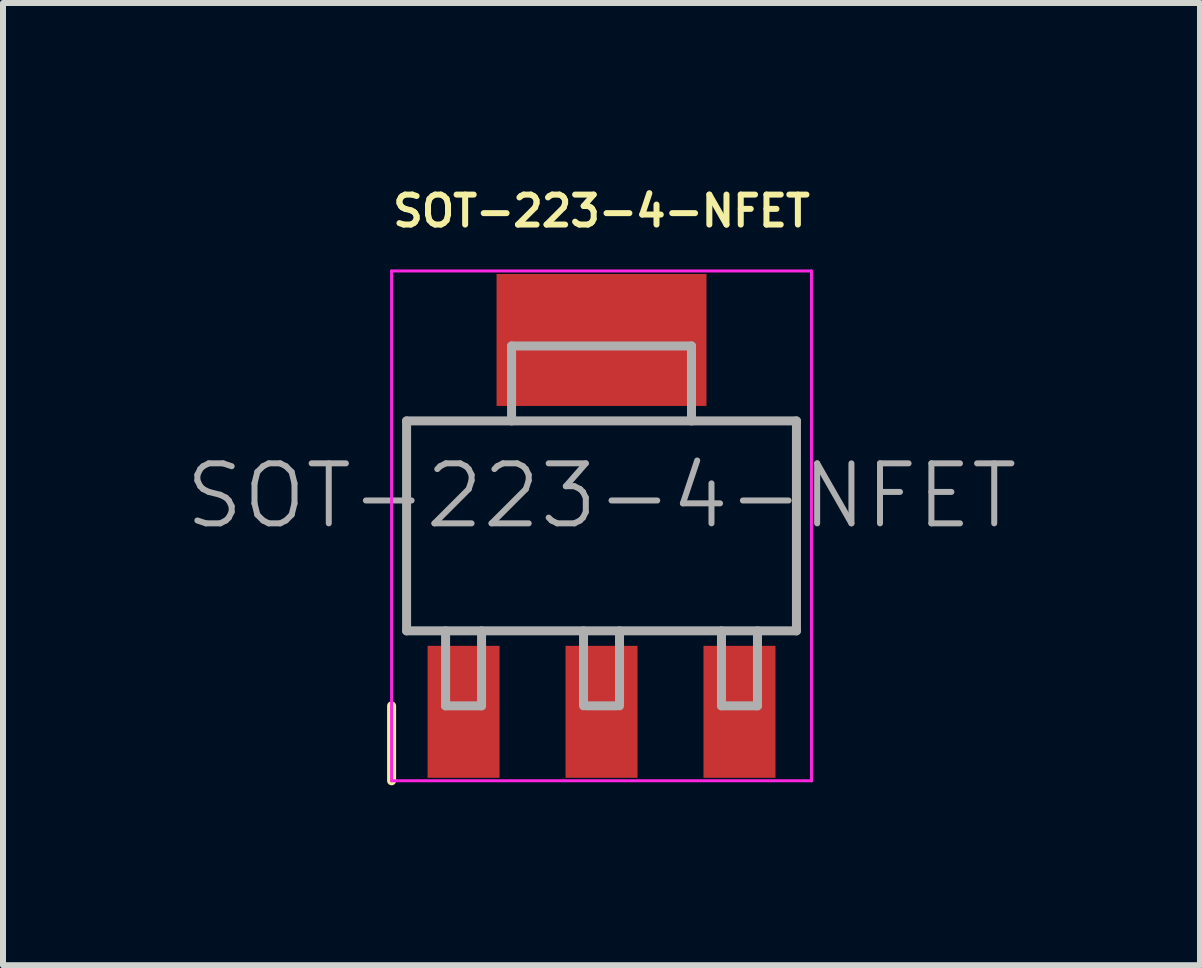
<source format=kicad_pcb>
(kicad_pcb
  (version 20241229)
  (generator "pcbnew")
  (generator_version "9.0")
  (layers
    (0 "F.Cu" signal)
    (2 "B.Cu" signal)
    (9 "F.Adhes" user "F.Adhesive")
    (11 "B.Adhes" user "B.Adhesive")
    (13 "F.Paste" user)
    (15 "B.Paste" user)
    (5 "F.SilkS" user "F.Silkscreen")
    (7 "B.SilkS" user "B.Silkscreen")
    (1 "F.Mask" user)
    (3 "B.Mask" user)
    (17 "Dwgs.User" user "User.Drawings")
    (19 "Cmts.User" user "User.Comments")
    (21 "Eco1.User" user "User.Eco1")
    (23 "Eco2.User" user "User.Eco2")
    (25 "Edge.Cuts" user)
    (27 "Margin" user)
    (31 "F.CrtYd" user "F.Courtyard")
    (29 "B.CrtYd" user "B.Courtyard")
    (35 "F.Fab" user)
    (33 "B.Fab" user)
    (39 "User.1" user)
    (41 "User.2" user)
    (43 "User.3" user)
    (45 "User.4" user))
  (footprint "SOT-223-4-NFET"
    (layer "F.Cu")
    (at 6.979 5.718)
    (property "Reference" "SOT-223-4-NFET" (at 0 -5.25 0) (layer "F.SilkS") (effects (font (size 0.5 0.5) (thickness 0.1))))
    (attr smd)
    (fp_line (start -3.5 3) (end -3.5 4.25) (stroke (width 0.15) (type solid)) (layer "F.SilkS"))
    (fp_line (start -3.5 -4.25) (end -3.5 4.25) (stroke (width 0.05) (type solid)) (layer "F.CrtYd"))
    (fp_line (start -3.5 -4.25) (end 3.5 -4.25) (stroke (width 0.05) (type solid)) (layer "F.CrtYd"))
    (fp_line (start -3.5 4.25) (end 3.5 4.25) (stroke (width 0.05) (type solid)) (layer "F.CrtYd"))
    (fp_line (start 3.5 -4.25) (end 3.5 4.25) (stroke (width 0.05) (type solid)) (layer "F.CrtYd"))
    (fp_line (start -3.25 -1.75) (end -3.25 1.75) (stroke (width 0.15) (type solid)) (layer "F.Fab"))
    (fp_line (start -3.25 1.75) (end 3.25 1.75) (stroke (width 0.15) (type solid)) (layer "F.Fab"))
    (fp_line (start -2.6 1.75) (end -2.6 3) (stroke (width 0.15) (type solid)) (layer "F.Fab"))
    (fp_line (start -2.6 3) (end -2 3) (stroke (width 0.15) (type solid)) (layer "F.Fab"))
    (fp_line (start -2 3) (end -2 1.75) (stroke (width 0.15) (type solid)) (layer "F.Fab"))
    (fp_line (start -1.5 -3) (end -1.5 -1.75) (stroke (width 0.15) (type solid)) (layer "F.Fab"))
    (fp_line (start -1.5 -3) (end 1.5 -3) (stroke (width 0.15) (type solid)) (layer "F.Fab"))
    (fp_line (start -0.3 1.75) (end -0.3 3) (stroke (width 0.15) (type solid)) (layer "F.Fab"))
    (fp_line (start -0.25 3) (end 0.25 3) (stroke (width 0.15) (type solid)) (layer "F.Fab"))
    (fp_line (start 0.3 3) (end 0.3 1.75) (stroke (width 0.15) (type solid)) (layer "F.Fab"))
    (fp_line (start 1.5 -3) (end 1.5 -1.75) (stroke (width 0.15) (type solid)) (layer "F.Fab"))
    (fp_line (start 2 1.75) (end 2 3) (stroke (width 0.15) (type solid)) (layer "F.Fab"))
    (fp_line (start 2 3) (end 2.6 3) (stroke (width 0.15) (type solid)) (layer "F.Fab"))
    (fp_line (start 2.6 3) (end 2.6 1.75) (stroke (width 0.15) (type solid)) (layer "F.Fab"))
    (fp_line (start 3.25 -1.75) (end -3.25 -1.75) (stroke (width 0.15) (type solid)) (layer "F.Fab"))
    (fp_line (start 3.25 1.75) (end 3.25 -1.75) (stroke (width 0.15) (type solid)) (layer "F.Fab"))
    (fp_text user "${REFERENCE}" (at 0 -0.5 0) (layer "F.Fab") (effects (font (size 1 1) (thickness 0.1))))
    (pad "D" smd rect (at 0 -3.1) (size 3.5 2.2) (layers "F.Cu" "F.Mask" "F.Paste"))
    (pad "D" smd rect (at 0 3.1) (size 1.2 2.2) (layers "F.Cu" "F.Mask" "F.Paste"))
    (pad "G" smd rect (at -2.3 3.1) (size 1.2 2.2) (layers "F.Cu" "F.Mask" "F.Paste"))
    (pad "S" smd rect (at 2.3 3.1) (size 1.2 2.2) (layers "F.Cu" "F.Mask" "F.Paste")))
  (gr_rect
    (start -3 -3)
    (end 16.957 13.043)
    (stroke (width 0.1) (type default))
    (fill no)
    (layer "Edge.Cuts")))
</source>
